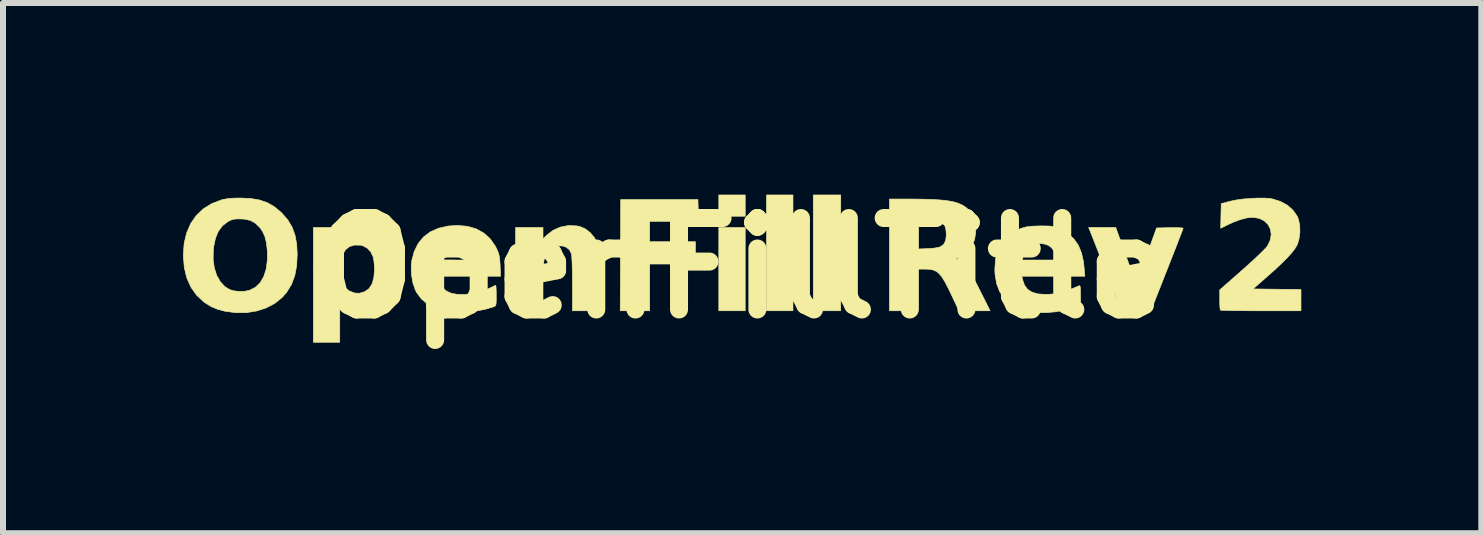
<source format=kicad_pcb>
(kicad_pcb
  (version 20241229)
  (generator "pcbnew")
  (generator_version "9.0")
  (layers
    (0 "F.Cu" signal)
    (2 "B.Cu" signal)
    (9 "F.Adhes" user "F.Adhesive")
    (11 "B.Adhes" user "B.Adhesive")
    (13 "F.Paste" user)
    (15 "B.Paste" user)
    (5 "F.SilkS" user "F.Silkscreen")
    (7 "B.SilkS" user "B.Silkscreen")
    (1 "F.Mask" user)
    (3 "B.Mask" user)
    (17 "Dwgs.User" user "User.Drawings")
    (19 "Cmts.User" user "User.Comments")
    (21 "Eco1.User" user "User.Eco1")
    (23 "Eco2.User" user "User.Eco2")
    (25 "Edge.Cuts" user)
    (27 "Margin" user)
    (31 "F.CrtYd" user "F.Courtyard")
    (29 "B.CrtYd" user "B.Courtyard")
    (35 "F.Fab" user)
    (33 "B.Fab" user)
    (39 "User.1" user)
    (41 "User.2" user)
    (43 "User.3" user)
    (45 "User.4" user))
  (footprint "OpenFillTitle"
    (layer "F.Cu")
    (at 9.318 1.418)
    (property "Reference" "OpenFillTitle" (at 0 0 0) (layer "F.SilkS") (effects (font (size 1.524 1.524) (thickness 0.3))))
    (attr through_hole)
    (fp_poly (pts (xy 0.051 -0.864) (xy -0.389 -0.864) (xy -0.389 -1.219) (xy 0.051 -1.219) (xy 0.051 -0.864)) (stroke (width 0.01) (type solid)) (fill yes) (layer "F.SilkS"))
    (fp_poly (pts (xy 0.051 0.711) (xy -0.389 0.711) (xy -0.389 -0.677) (xy 0.051 -0.677) (xy 0.051 0.711)) (stroke (width 0.01) (type solid)) (fill yes) (layer "F.SilkS"))
    (fp_poly (pts (xy 0.847 0.711) (xy 0.406 0.711) (xy 0.406 -1.219) (xy 0.847 -1.219) (xy 0.847 0.711)) (stroke (width 0.01) (type solid)) (fill yes) (layer "F.SilkS"))
    (fp_poly (pts (xy 1.643 0.711) (xy 1.185 0.711) (xy 1.185 -1.219) (xy 1.643 -1.219) (xy 1.643 0.711)) (stroke (width 0.01) (type solid)) (fill yes) (layer "F.SilkS"))
    (fp_poly (pts (xy -0.727 -0.779) (xy -1.541 -0.779) (xy -1.541 -0.44) (xy -0.779 -0.44) (xy -0.779 -0.068) (xy -1.541 -0.068) (xy -1.541 0.711) (xy -2.032 0.711) (xy -2.028 -0.216) (xy -2.024 -1.143) (xy -0.737 -1.143) (xy -0.727 -0.779)) (stroke (width 0.01) (type solid)) (fill yes) (layer "F.SilkS"))
    (fp_poly (pts (xy 6.393 -0.212) (xy 6.436 -0.094) (xy 6.475 0.012) (xy 6.51 0.102) (xy 6.538 0.173) (xy 6.559 0.22) (xy 6.57 0.241) (xy 6.572 0.241) (xy 6.58 0.223) (xy 6.599 0.176) (xy 6.625 0.106) (xy 6.659 0.017) (xy 6.697 -0.088) (xy 6.739 -0.203) (xy 6.745 -0.22) (xy 6.906 -0.669) (xy 7.127 -0.674) (xy 7.21 -0.674) (xy 7.278 -0.673) (xy 7.326 -0.67) (xy 7.348 -0.666) (xy 7.349 -0.665) (xy 7.343 -0.647) (xy 7.326 -0.601) (xy 7.299 -0.53) (xy 7.263 -0.437) (xy 7.22 -0.326) (xy 7.17 -0.2) (xy 7.116 -0.062) (xy 7.082 0.025) (xy 6.815 0.703) (xy 6.322 0.712) (xy 6.071 0.072) (xy 6.015 -0.069) (xy 5.963 -0.202) (xy 5.915 -0.323) (xy 5.873 -0.429) (xy 5.839 -0.516) (xy 5.814 -0.579) (xy 5.799 -0.617) (xy 5.797 -0.622) (xy 5.774 -0.677) (xy 6.226 -0.677) (xy 6.393 -0.212)) (stroke (width 0.01) (type solid)) (fill yes) (layer "F.SilkS"))
    (fp_poly (pts (xy -2.76 -0.704) (xy -2.711 -0.695) (xy -2.617 -0.656) (xy -2.531 -0.59) (xy -2.46 -0.505) (xy -2.419 -0.427) (xy -2.408 -0.398) (xy -2.399 -0.369) (xy -2.392 -0.336) (xy -2.387 -0.295) (xy -2.383 -0.242) (xy -2.38 -0.172) (xy -2.378 -0.08) (xy -2.376 0.036) (xy -2.374 0.182) (xy -2.374 0.191) (xy -2.368 0.711) (xy -2.828 0.711) (xy -2.828 0.267) (xy -2.829 0.132) (xy -2.831 0.011) (xy -2.834 -0.092) (xy -2.838 -0.173) (xy -2.843 -0.226) (xy -2.846 -0.242) (xy -2.879 -0.306) (xy -2.933 -0.349) (xy -3 -0.37) (xy -3.074 -0.369) (xy -3.149 -0.345) (xy -3.218 -0.297) (xy -3.229 -0.285) (xy -3.256 -0.253) (xy -3.277 -0.218) (xy -3.292 -0.175) (xy -3.304 -0.119) (xy -3.311 -0.048) (xy -3.316 0.045) (xy -3.318 0.163) (xy -3.319 0.307) (xy -3.319 0.711) (xy -3.776 0.711) (xy -3.776 -0.677) (xy -3.319 -0.677) (xy -3.319 -0.487) (xy -3.255 -0.55) (xy -3.15 -0.631) (xy -3.028 -0.684) (xy -2.896 -0.709) (xy -2.76 -0.704)) (stroke (width 0.01) (type solid)) (fill yes) (layer "F.SilkS"))
    (fp_poly (pts (xy 8.703 -1.167) (xy 8.797 -1.16) (xy 8.837 -1.153) (xy 8.97 -1.111) (xy 9.086 -1.048) (xy 9.179 -0.966) (xy 9.247 -0.869) (xy 9.272 -0.81) (xy 9.292 -0.712) (xy 9.295 -0.601) (xy 9.281 -0.491) (xy 9.253 -0.395) (xy 9.247 -0.383) (xy 9.21 -0.322) (xy 9.155 -0.251) (xy 9.079 -0.167) (xy 8.98 -0.069) (xy 8.857 0.045) (xy 8.752 0.138) (xy 8.514 0.347) (xy 8.914 0.352) (xy 9.313 0.356) (xy 9.313 0.711) (xy 8.647 0.711) (xy 8.5 0.711) (xy 8.364 0.71) (xy 8.242 0.709) (xy 8.138 0.707) (xy 8.056 0.705) (xy 7.999 0.703) (xy 7.972 0.701) (xy 7.97 0.7) (xy 7.965 0.679) (xy 7.961 0.632) (xy 7.959 0.568) (xy 7.959 0.526) (xy 7.959 0.363) (xy 8.331 0.036) (xy 8.429 -0.052) (xy 8.521 -0.135) (xy 8.602 -0.212) (xy 8.67 -0.278) (xy 8.721 -0.33) (xy 8.75 -0.363) (xy 8.753 -0.367) (xy 8.8 -0.464) (xy 8.817 -0.559) (xy 8.804 -0.647) (xy 8.765 -0.725) (xy 8.702 -0.787) (xy 8.618 -0.829) (xy 8.514 -0.846) (xy 8.5 -0.847) (xy 8.411 -0.837) (xy 8.304 -0.809) (xy 8.187 -0.766) (xy 8.106 -0.729) (xy 7.975 -0.664) (xy 7.979 -0.87) (xy 7.984 -1.075) (xy 8.136 -1.115) (xy 8.232 -1.135) (xy 8.346 -1.151) (xy 8.469 -1.161) (xy 8.591 -1.167) (xy 8.703 -1.167)) (stroke (width 0.01) (type solid)) (fill yes) (layer "F.SilkS"))
    (fp_poly (pts (xy 2.807 -1.151) (xy 3.004 -1.149) (xy 3.17 -1.144) (xy 3.31 -1.135) (xy 3.427 -1.122) (xy 3.523 -1.104) (xy 3.603 -1.08) (xy 3.67 -1.05) (xy 3.727 -1.014) (xy 3.745 -0.999) (xy 3.812 -0.923) (xy 3.86 -0.826) (xy 3.887 -0.713) (xy 3.892 -0.594) (xy 3.873 -0.475) (xy 3.87 -0.467) (xy 3.833 -0.383) (xy 3.774 -0.302) (xy 3.704 -0.234) (xy 3.629 -0.189) (xy 3.62 -0.186) (xy 3.559 -0.163) (xy 3.633 -0.116) (xy 3.672 -0.088) (xy 3.709 -0.055) (xy 3.746 -0.012) (xy 3.785 0.045) (xy 3.829 0.119) (xy 3.881 0.214) (xy 3.943 0.335) (xy 3.973 0.394) (xy 4.132 0.711) (xy 3.613 0.711) (xy 3.496 0.463) (xy 3.433 0.332) (xy 3.379 0.229) (xy 3.331 0.151) (xy 3.285 0.094) (xy 3.239 0.056) (xy 3.189 0.033) (xy 3.131 0.021) (xy 3.063 0.017) (xy 3.052 0.017) (xy 2.929 0.017) (xy 2.929 0.711) (xy 2.455 0.711) (xy 2.455 -0.318) (xy 2.929 -0.318) (xy 3.095 -0.325) (xy 3.202 -0.333) (xy 3.279 -0.347) (xy 3.312 -0.36) (xy 3.363 -0.401) (xy 3.392 -0.463) (xy 3.402 -0.547) (xy 3.4 -0.595) (xy 3.393 -0.66) (xy 3.379 -0.701) (xy 3.357 -0.728) (xy 3.354 -0.73) (xy 3.293 -0.765) (xy 3.21 -0.786) (xy 3.1 -0.795) (xy 3.061 -0.796) (xy 2.929 -0.796) (xy 2.929 -0.318) (xy 2.455 -0.318) (xy 2.455 -1.151) (xy 2.807 -1.151)) (stroke (width 0.01) (type solid)) (fill yes) (layer "F.SilkS"))
    (fp_poly (pts (xy -6.17 -0.702) (xy -6.114 -0.697) (xy -6.071 -0.688) (xy -6.03 -0.67) (xy -5.998 -0.653) (xy -5.888 -0.573) (xy -5.797 -0.469) (xy -5.728 -0.343) (xy -5.682 -0.201) (xy -5.66 -0.046) (xy -5.664 0.118) (xy -5.669 0.158) (xy -5.705 0.313) (xy -5.764 0.449) (xy -5.844 0.562) (xy -5.944 0.651) (xy -6.06 0.712) (xy -6.122 0.733) (xy -6.181 0.742) (xy -6.253 0.742) (xy -6.284 0.74) (xy -6.404 0.723) (xy -6.505 0.684) (xy -6.597 0.621) (xy -6.634 0.587) (xy -6.706 0.518) (xy -6.706 1.236) (xy -7.146 1.236) (xy -7.146 0.025) (xy -6.697 0.025) (xy -6.689 0.148) (xy -6.666 0.244) (xy -6.624 0.317) (xy -6.563 0.371) (xy -6.537 0.385) (xy -6.455 0.416) (xy -6.378 0.419) (xy -6.295 0.394) (xy -6.286 0.39) (xy -6.217 0.341) (xy -6.168 0.265) (xy -6.138 0.162) (xy -6.127 0.032) (xy -6.127 0.028) (xy -6.13 -0.049) (xy -6.137 -0.123) (xy -6.147 -0.18) (xy -6.149 -0.187) (xy -6.189 -0.271) (xy -6.25 -0.335) (xy -6.325 -0.374) (xy -6.356 -0.382) (xy -6.46 -0.384) (xy -6.545 -0.359) (xy -6.611 -0.305) (xy -6.659 -0.223) (xy -6.687 -0.114) (xy -6.697 0.024) (xy -6.697 0.025) (xy -7.146 0.025) (xy -7.146 -0.677) (xy -6.706 -0.677) (xy -6.706 -0.484) (xy -6.634 -0.554) (xy -6.556 -0.621) (xy -6.483 -0.665) (xy -6.402 -0.691) (xy -6.305 -0.702) (xy -6.248 -0.703) (xy -6.17 -0.702)) (stroke (width 0.01) (type solid)) (fill yes) (layer "F.SilkS"))
    (fp_poly (pts (xy 5.068 -0.702) (xy 5.133 -0.7) (xy 5.181 -0.694) (xy 5.222 -0.684) (xy 5.263 -0.667) (xy 5.3 -0.65) (xy 5.426 -0.577) (xy 5.526 -0.489) (xy 5.602 -0.383) (xy 5.655 -0.254) (xy 5.689 -0.102) (xy 5.698 -0.013) (xy 5.711 0.135) (xy 4.66 0.135) (xy 4.674 0.195) (xy 4.706 0.286) (xy 4.758 0.355) (xy 4.831 0.402) (xy 4.929 0.43) (xy 5.053 0.438) (xy 5.118 0.436) (xy 5.208 0.428) (xy 5.297 0.41) (xy 5.393 0.382) (xy 5.505 0.341) (xy 5.609 0.297) (xy 5.623 0.294) (xy 5.631 0.302) (xy 5.636 0.328) (xy 5.638 0.376) (xy 5.639 0.453) (xy 5.639 0.624) (xy 5.529 0.66) (xy 5.378 0.701) (xy 5.216 0.729) (xy 5.054 0.742) (xy 4.901 0.741) (xy 4.767 0.723) (xy 4.758 0.721) (xy 4.603 0.672) (xy 4.473 0.601) (xy 4.37 0.508) (xy 4.292 0.394) (xy 4.24 0.257) (xy 4.214 0.099) (xy 4.211 0.025) (xy 4.221 -0.135) (xy 4.669 -0.135) (xy 5.232 -0.135) (xy 5.232 -0.179) (xy 5.217 -0.248) (xy 5.174 -0.318) (xy 5.13 -0.362) (xy 5.068 -0.395) (xy 4.99 -0.409) (xy 4.908 -0.405) (xy 4.833 -0.382) (xy 4.809 -0.368) (xy 4.733 -0.3) (xy 4.688 -0.221) (xy 4.68 -0.191) (xy 4.669 -0.135) (xy 4.221 -0.135) (xy 4.222 -0.142) (xy 4.259 -0.289) (xy 4.322 -0.414) (xy 4.411 -0.518) (xy 4.49 -0.58) (xy 4.573 -0.629) (xy 4.652 -0.664) (xy 4.738 -0.687) (xy 4.838 -0.699) (xy 4.962 -0.703) (xy 4.978 -0.703) (xy 5.068 -0.702)) (stroke (width 0.01) (type solid)) (fill yes) (layer "F.SilkS"))
    (fp_poly (pts (xy -8.19 -1.16) (xy -8.042 -1.135) (xy -7.913 -1.09) (xy -7.797 -1.024) (xy -7.689 -0.934) (xy -7.67 -0.916) (xy -7.572 -0.803) (xy -7.5 -0.682) (xy -7.451 -0.548) (xy -7.423 -0.395) (xy -7.415 -0.229) (xy -7.424 -0.039) (xy -7.456 0.127) (xy -7.511 0.273) (xy -7.59 0.402) (xy -7.668 0.491) (xy -7.789 0.588) (xy -7.931 0.663) (xy -8.09 0.714) (xy -8.261 0.742) (xy -8.44 0.743) (xy -8.622 0.718) (xy -8.623 0.718) (xy -8.745 0.685) (xy -8.848 0.642) (xy -8.945 0.582) (xy -8.972 0.563) (xy -9.092 0.451) (xy -9.186 0.318) (xy -9.255 0.164) (xy -9.297 -0.01) (xy -9.308 -0.148) (xy -8.816 -0.148) (xy -8.797 -0.006) (xy -8.757 0.12) (xy -8.697 0.226) (xy -8.62 0.309) (xy -8.543 0.357) (xy -8.472 0.379) (xy -8.383 0.388) (xy -8.293 0.386) (xy -8.214 0.371) (xy -8.211 0.37) (xy -8.112 0.32) (xy -8.032 0.243) (xy -7.972 0.14) (xy -7.931 0.013) (xy -7.912 -0.137) (xy -7.913 -0.286) (xy -7.927 -0.419) (xy -7.954 -0.527) (xy -7.995 -0.616) (xy -8.041 -0.68) (xy -8.114 -0.75) (xy -8.195 -0.795) (xy -8.293 -0.816) (xy -8.365 -0.82) (xy -8.438 -0.819) (xy -8.49 -0.811) (xy -8.535 -0.794) (xy -8.572 -0.774) (xy -8.661 -0.705) (xy -8.729 -0.614) (xy -8.777 -0.499) (xy -8.807 -0.357) (xy -8.813 -0.303) (xy -8.816 -0.148) (xy -9.308 -0.148) (xy -9.313 -0.203) (xy -9.313 -0.224) (xy -9.299 -0.415) (xy -9.257 -0.588) (xy -9.19 -0.742) (xy -9.098 -0.875) (xy -8.982 -0.986) (xy -8.843 -1.073) (xy -8.682 -1.135) (xy -8.658 -1.142) (xy -8.576 -1.157) (xy -8.47 -1.166) (xy -8.362 -1.168) (xy -8.19 -1.16)) (stroke (width 0.01) (type solid)) (fill yes) (layer "F.SilkS"))
    (fp_poly (pts (xy -4.58 -0.697) (xy -4.434 -0.655) (xy -4.307 -0.585) (xy -4.2 -0.49) (xy -4.115 -0.368) (xy -4.092 -0.323) (xy -4.067 -0.266) (xy -4.051 -0.213) (xy -4.041 -0.153) (xy -4.035 -0.075) (xy -4.033 -0.04) (xy -4.026 0.135) (xy -5.067 0.135) (xy -5.055 0.182) (xy -5.016 0.284) (xy -4.956 0.36) (xy -4.923 0.386) (xy -4.846 0.42) (xy -4.746 0.438) (xy -4.631 0.44) (xy -4.506 0.427) (xy -4.38 0.399) (xy -4.259 0.357) (xy -4.199 0.33) (xy -4.152 0.307) (xy -4.118 0.291) (xy -4.107 0.288) (xy -4.103 0.304) (xy -4.1 0.346) (xy -4.098 0.408) (xy -4.098 0.458) (xy -4.098 0.535) (xy -4.1 0.585) (xy -4.106 0.615) (xy -4.116 0.631) (xy -4.133 0.641) (xy -4.144 0.645) (xy -4.261 0.681) (xy -4.396 0.709) (xy -4.54 0.729) (xy -4.685 0.739) (xy -4.82 0.739) (xy -4.937 0.728) (xy -4.972 0.721) (xy -5.115 0.674) (xy -5.241 0.603) (xy -5.346 0.512) (xy -5.426 0.405) (xy -5.446 0.365) (xy -5.488 0.243) (xy -5.511 0.105) (xy -5.515 -0.035) (xy -5.506 -0.123) (xy -5.493 -0.171) (xy -5.046 -0.171) (xy -5.045 -0.158) (xy -5.038 -0.149) (xy -5.021 -0.142) (xy -4.989 -0.138) (xy -4.937 -0.136) (xy -4.86 -0.136) (xy -4.765 -0.135) (xy -4.483 -0.135) (xy -4.493 -0.199) (xy -4.524 -0.285) (xy -4.586 -0.359) (xy -4.608 -0.377) (xy -4.665 -0.401) (xy -4.739 -0.41) (xy -4.818 -0.403) (xy -4.892 -0.38) (xy -4.908 -0.372) (xy -4.962 -0.329) (xy -5.008 -0.272) (xy -5.039 -0.212) (xy -5.046 -0.171) (xy -5.493 -0.171) (xy -5.465 -0.278) (xy -5.399 -0.41) (xy -5.309 -0.52) (xy -5.195 -0.605) (xy -5.059 -0.665) (xy -4.901 -0.701) (xy -4.745 -0.711) (xy -4.58 -0.697)) (stroke (width 0.01) (type solid)) (fill yes) (layer "F.SilkS")))
  (gr_rect
    (start -3 -3)
    (end 21.636 5.836)
    (stroke (width 0.1) (type default))
    (fill no)
    (layer "Edge.Cuts")))
</source>
